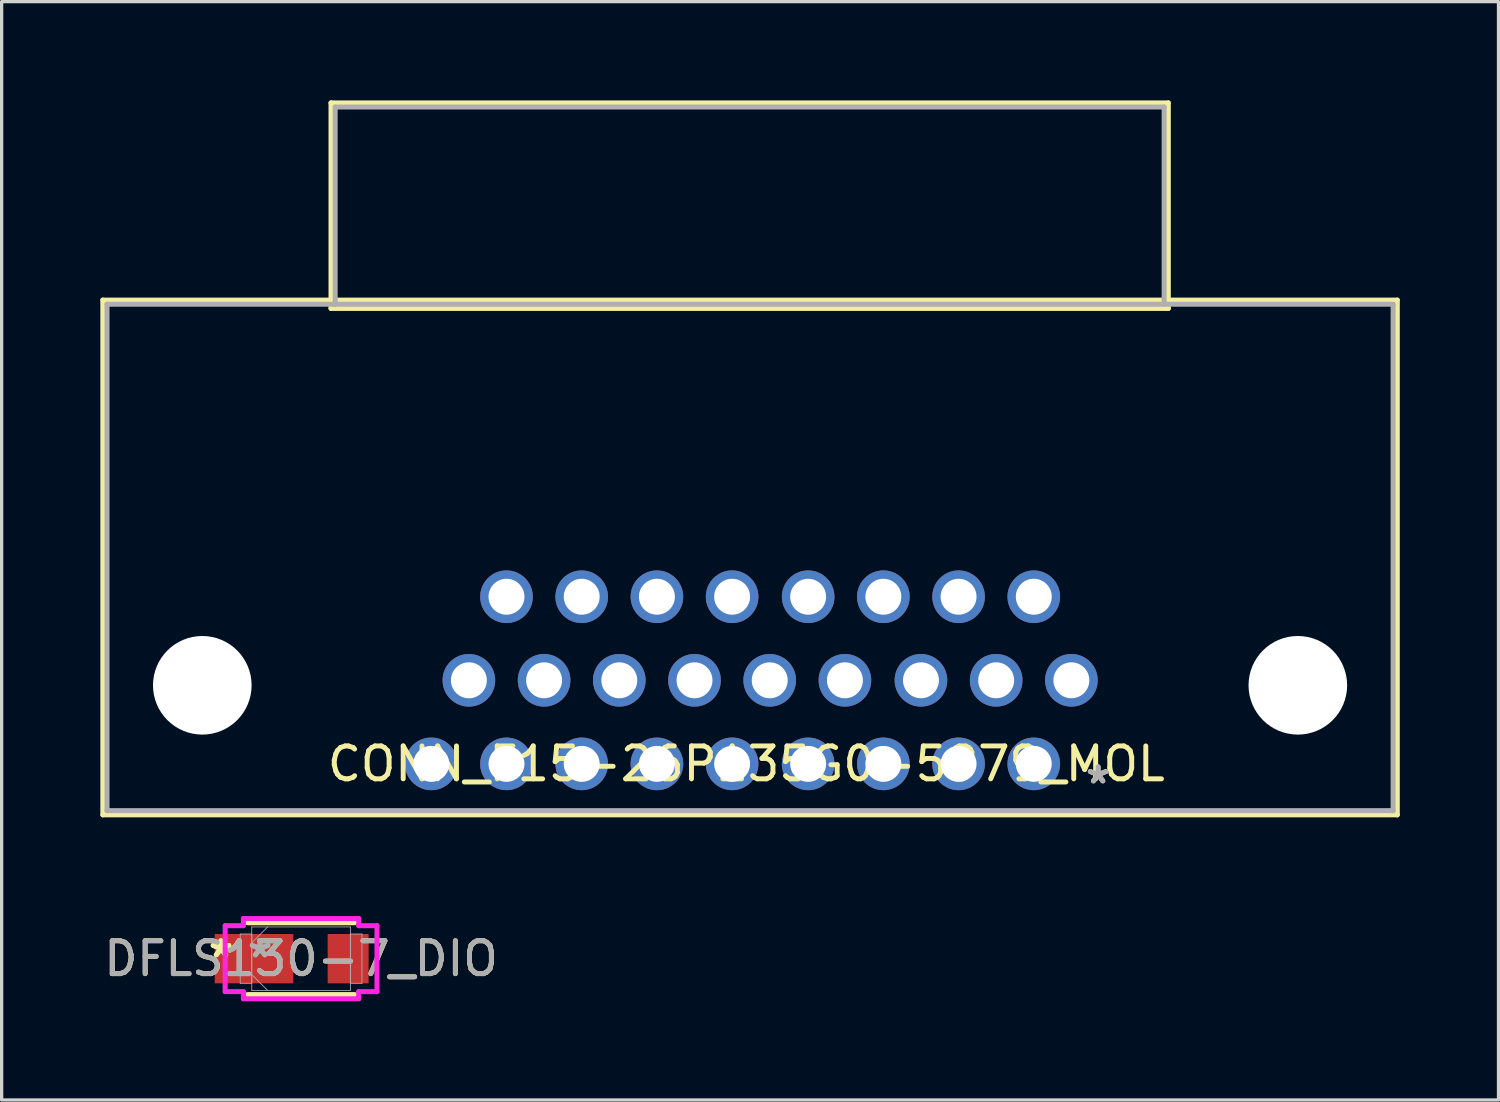
<source format=kicad_pcb>
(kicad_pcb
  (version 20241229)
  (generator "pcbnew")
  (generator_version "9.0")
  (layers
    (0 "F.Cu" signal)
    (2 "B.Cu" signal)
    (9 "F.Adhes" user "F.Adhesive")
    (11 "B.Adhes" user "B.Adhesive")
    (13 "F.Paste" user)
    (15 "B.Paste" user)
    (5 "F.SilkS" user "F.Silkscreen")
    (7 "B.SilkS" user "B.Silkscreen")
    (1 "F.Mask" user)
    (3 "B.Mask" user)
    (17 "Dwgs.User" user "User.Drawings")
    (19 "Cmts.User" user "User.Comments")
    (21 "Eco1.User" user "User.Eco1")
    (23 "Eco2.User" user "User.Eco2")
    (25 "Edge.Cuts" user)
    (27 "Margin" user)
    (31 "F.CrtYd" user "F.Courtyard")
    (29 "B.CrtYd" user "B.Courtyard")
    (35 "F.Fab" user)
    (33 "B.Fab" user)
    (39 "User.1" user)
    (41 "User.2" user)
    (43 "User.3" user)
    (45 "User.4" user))
  (footprint "DFLS130-7_DIO"
    (layer "F.Cu")
    (at 6.101 26.089)
    (property "Reference" "DFLS130-7_DIO" (at 0 0 0) (unlocked yes) (layer "F.SilkS") (effects (font (size 1 1) (thickness 0.15))))
    (attr smd)
    (fp_line (start -1.626 1.092) (end 1.626 1.092) (stroke (width 0.152) (type solid)) (layer "F.SilkS"))
    (fp_line (start 1.626 -1.092) (end -1.626 -1.092) (stroke (width 0.152) (type solid)) (layer "F.SilkS"))
    (fp_line (start -2.307 -1.003) (end -1.753 -1.003) (stroke (width 0.152) (type solid)) (layer "F.CrtYd"))
    (fp_line (start -2.307 1.003) (end -2.307 -1.003) (stroke (width 0.152) (type solid)) (layer "F.CrtYd"))
    (fp_line (start -1.753 -1.219) (end 1.753 -1.219) (stroke (width 0.152) (type solid)) (layer "F.CrtYd"))
    (fp_line (start -1.753 -1.003) (end -1.753 -1.219) (stroke (width 0.152) (type solid)) (layer "F.CrtYd"))
    (fp_line (start -1.753 1.003) (end -2.307 1.003) (stroke (width 0.152) (type solid)) (layer "F.CrtYd"))
    (fp_line (start -1.753 1.219) (end -1.753 1.003) (stroke (width 0.152) (type solid)) (layer "F.CrtYd"))
    (fp_line (start 1.753 -1.219) (end 1.753 -1.003) (stroke (width 0.152) (type solid)) (layer "F.CrtYd"))
    (fp_line (start 1.753 -1.003) (end 2.307 -1.003) (stroke (width 0.152) (type solid)) (layer "F.CrtYd"))
    (fp_line (start 1.753 1.003) (end 1.753 1.219) (stroke (width 0.152) (type solid)) (layer "F.CrtYd"))
    (fp_line (start 1.753 1.219) (end -1.753 1.219) (stroke (width 0.152) (type solid)) (layer "F.CrtYd"))
    (fp_line (start 2.307 -1.003) (end 2.307 1.003) (stroke (width 0.152) (type solid)) (layer "F.CrtYd"))
    (fp_line (start 2.307 1.003) (end 1.753 1.003) (stroke (width 0.152) (type solid)) (layer "F.CrtYd"))
    (fp_line (start -1.85 -0.749) (end -1.85 0.749) (stroke (width 0.025) (type solid)) (layer "F.Fab"))
    (fp_line (start -1.85 0.749) (end -1.499 0.749) (stroke (width 0.025) (type solid)) (layer "F.Fab"))
    (fp_line (start -1.499 -0.965) (end -1.499 0.965) (stroke (width 0.025) (type solid)) (layer "F.Fab"))
    (fp_line (start -1.499 -0.749) (end -1.85 -0.749) (stroke (width 0.025) (type solid)) (layer "F.Fab"))
    (fp_line (start -1.499 -0.483) (end -1.016 -0.965) (stroke (width 0.025) (type solid)) (layer "F.Fab"))
    (fp_line (start -1.499 0.483) (end -1.016 0.965) (stroke (width 0.025) (type solid)) (layer "F.Fab"))
    (fp_line (start -1.499 0.749) (end -1.499 -0.749) (stroke (width 0.025) (type solid)) (layer "F.Fab"))
    (fp_line (start -1.499 0.965) (end 1.499 0.965) (stroke (width 0.025) (type solid)) (layer "F.Fab"))
    (fp_line (start 1.499 -0.965) (end -1.499 -0.965) (stroke (width 0.025) (type solid)) (layer "F.Fab"))
    (fp_line (start 1.499 -0.749) (end 1.499 0.749) (stroke (width 0.025) (type solid)) (layer "F.Fab"))
    (fp_line (start 1.499 0.749) (end 1.85 0.749) (stroke (width 0.025) (type solid)) (layer "F.Fab"))
    (fp_line (start 1.499 0.965) (end 1.499 -0.965) (stroke (width 0.025) (type solid)) (layer "F.Fab"))
    (fp_line (start 1.85 -0.749) (end 1.499 -0.749) (stroke (width 0.025) (type solid)) (layer "F.Fab"))
    (fp_line (start 1.85 0.749) (end 1.85 -0.749) (stroke (width 0.025) (type solid)) (layer "F.Fab"))
    (fp_text user "*" (at -2.434 0 0) (layer "F.SilkS") (effects (font (size 1 1) (thickness 0.15))))
    (fp_text user "*" (at -2.434 0 0) (unlocked yes) (layer "F.SilkS") (effects (font (size 1 1) (thickness 0.15))))
    (fp_text user "${REFERENCE}" (at 0 0 0) (unlocked yes) (layer "F.Fab") (effects (font (size 1 1) (thickness 0.15))))
    (fp_text user "*" (at -1.245 0 0) (unlocked yes) (layer "F.Fab") (effects (font (size 1 1) (thickness 0.15))))
    (fp_text user "*" (at -1.245 0 0) (layer "F.Fab") (effects (font (size 1 1) (thickness 0.15))))
    (pad "1" smd rect (at -1.431 0) (size 2.388 1.499) (layers "F.Cu" "F.Mask" "F.Paste"))
    (pad "2" smd rect (at 1.431 0) (size 1.245 1.499) (layers "F.Cu" "F.Mask" "F.Paste"))
    (zone (net_name "") (layer "F.Cu") (hatch full 0.508) (connect_pads) (min_thickness 0.254) (filled_areas_thickness no) (keepout (tracks not_allowed) (vias not_allowed) (pads allowed) (copperpour not_allowed) (footprints allowed)) (placement (enabled no)) (fill) (polygon (pts (xy 5.343 25.174) (xy 6.859 25.174) (xy 6.859 27.003) (xy 5.343 27.003)))))
  (footprint "CONN_F15-26P135G0-5979_MOL"
    (layer "F.Cu")
    (at 28.372 20.168)
    (property "Reference" "CONN_F15-26P135G0-5979_MOL" (at -8.738 0 0) (layer "F.SilkS") (effects (font (size 1 1) (thickness 0.15))))
    (attr through_hole)
    (fp_line (start -28.296 -14.097) (end -28.296 1.549) (stroke (width 0.152) (type solid)) (layer "F.SilkS"))
    (fp_line (start -28.296 1.549) (end 11.049 1.549) (stroke (width 0.152) (type solid)) (layer "F.SilkS"))
    (fp_line (start -21.361 -20.091) (end -21.361 -13.843) (stroke (width 0.152) (type solid)) (layer "F.SilkS"))
    (fp_line (start -21.361 -13.843) (end 4.089 -13.843) (stroke (width 0.152) (type solid)) (layer "F.SilkS"))
    (fp_line (start 4.089 -20.091) (end -21.361 -20.091) (stroke (width 0.152) (type solid)) (layer "F.SilkS"))
    (fp_line (start 4.089 -13.843) (end 4.089 -20.091) (stroke (width 0.152) (type solid)) (layer "F.SilkS"))
    (fp_line (start 11.049 -14.097) (end -28.296 -14.097) (stroke (width 0.152) (type solid)) (layer "F.SilkS"))
    (fp_line (start 11.049 1.549) (end 11.049 -14.097) (stroke (width 0.152) (type solid)) (layer "F.SilkS"))
    (fp_line (start -28.169 -13.97) (end -28.169 1.422) (stroke (width 0.152) (type solid)) (layer "F.Fab"))
    (fp_line (start -28.169 -13.97) (end -21.234 -13.97) (stroke (width 0.152) (type solid)) (layer "F.Fab"))
    (fp_line (start -28.169 1.422) (end 10.922 1.422) (stroke (width 0.152) (type solid)) (layer "F.Fab"))
    (fp_line (start -21.234 -19.964) (end -21.234 -13.97) (stroke (width 0.152) (type solid)) (layer "F.Fab"))
    (fp_line (start -21.234 -13.97) (end 3.962 -13.97) (stroke (width 0.152) (type solid)) (layer "F.Fab"))
    (fp_line (start 3.962 -19.964) (end -21.234 -19.964) (stroke (width 0.152) (type solid)) (layer "F.Fab"))
    (fp_line (start 3.962 -13.97) (end 3.962 -19.964) (stroke (width 0.152) (type solid)) (layer "F.Fab"))
    (fp_line (start 10.922 -13.97) (end 3.962 -13.97) (stroke (width 0.152) (type solid)) (layer "F.Fab"))
    (fp_line (start 10.922 1.422) (end 10.922 -13.97) (stroke (width 0.152) (type solid)) (layer "F.Fab"))
    (fp_text user "*" (at 1.956 0.635 0) (layer "F.SilkS") (effects (font (size 1 1) (thickness 0.15))))
    (fp_text user "*" (at 1.956 0.635 0) (layer "F.Fab") (effects (font (size 1 1) (thickness 0.15))))
    (pad "" np_thru_hole circle (at -25.273 -2.388) (size 2.997 2.997) (drill 2.997) (layers "*.Cu" "*.Mask"))
    (pad "" np_thru_hole circle (at 8.026 -2.388) (size 2.997 2.997) (drill 2.997) (layers "*.Cu" "*.Mask"))
    (pad "1" thru_hole circle (at 0 0) (size 1.6 1.6) (drill 1.092) (layers "*.Cu" "*.Mask"))
    (pad "2" thru_hole circle (at -2.286 0) (size 1.6 1.6) (drill 1.092) (layers "*.Cu" "*.Mask"))
    (pad "3" thru_hole circle (at -4.572 0) (size 1.6 1.6) (drill 1.092) (layers "*.Cu" "*.Mask"))
    (pad "4" thru_hole circle (at -6.858 0) (size 1.6 1.6) (drill 1.092) (layers "*.Cu" "*.Mask"))
    (pad "5" thru_hole circle (at -9.169 0) (size 1.6 1.6) (drill 1.092) (layers "*.Cu" "*.Mask"))
    (pad "6" thru_hole circle (at -11.455 0) (size 1.6 1.6) (drill 1.092) (layers "*.Cu" "*.Mask"))
    (pad "7" thru_hole circle (at -13.741 0) (size 1.6 1.6) (drill 1.092) (layers "*.Cu" "*.Mask"))
    (pad "8" thru_hole circle (at -16.027 0) (size 1.6 1.6) (drill 1.092) (layers "*.Cu" "*.Mask"))
    (pad "9" thru_hole circle (at -18.313 0) (size 1.6 1.6) (drill 1.092) (layers "*.Cu" "*.Mask"))
    (pad "10" thru_hole circle (at 1.143 -2.54) (size 1.6 1.6) (drill 1.092) (layers "*.Cu" "*.Mask"))
    (pad "11" thru_hole circle (at -1.143 -2.54) (size 1.6 1.6) (drill 1.092) (layers "*.Cu" "*.Mask"))
    (pad "12" thru_hole circle (at -3.429 -2.54) (size 1.6 1.6) (drill 1.092) (layers "*.Cu" "*.Mask"))
    (pad "13" thru_hole circle (at -5.74 -2.54) (size 1.6 1.6) (drill 1.092) (layers "*.Cu" "*.Mask"))
    (pad "14" thru_hole circle (at -8.026 -2.54) (size 1.6 1.6) (drill 1.092) (layers "*.Cu" "*.Mask"))
    (pad "15" thru_hole circle (at -10.312 -2.54) (size 1.6 1.6) (drill 1.092) (layers "*.Cu" "*.Mask"))
    (pad "16" thru_hole circle (at -12.598 -2.54) (size 1.6 1.6) (drill 1.092) (layers "*.Cu" "*.Mask"))
    (pad "17" thru_hole circle (at -14.884 -2.54) (size 1.6 1.6) (drill 1.092) (layers "*.Cu" "*.Mask"))
    (pad "18" thru_hole circle (at -17.17 -2.54) (size 1.6 1.6) (drill 1.092) (layers "*.Cu" "*.Mask"))
    (pad "19" thru_hole circle (at 0 -5.08) (size 1.6 1.6) (drill 1.092) (layers "*.Cu" "*.Mask"))
    (pad "20" thru_hole circle (at -2.286 -5.08) (size 1.6 1.6) (drill 1.092) (layers "*.Cu" "*.Mask"))
    (pad "21" thru_hole circle (at -4.572 -5.08) (size 1.6 1.6) (drill 1.092) (layers "*.Cu" "*.Mask"))
    (pad "22" thru_hole circle (at -6.858 -5.08) (size 1.6 1.6) (drill 1.092) (layers "*.Cu" "*.Mask"))
    (pad "23" thru_hole circle (at -9.169 -5.08) (size 1.6 1.6) (drill 1.092) (layers "*.Cu" "*.Mask"))
    (pad "24" thru_hole circle (at -11.455 -5.08) (size 1.6 1.6) (drill 1.092) (layers "*.Cu" "*.Mask"))
    (pad "25" thru_hole circle (at -13.741 -5.08) (size 1.6 1.6) (drill 1.092) (layers "*.Cu" "*.Mask"))
    (pad "26" thru_hole circle (at -16.027 -5.08) (size 1.6 1.6) (drill 1.092) (layers "*.Cu" "*.Mask")))
  (gr_rect
    (start -3 -3)
    (end 42.497 30.384)
    (stroke (width 0.1) (type default))
    (fill no)
    (layer "Edge.Cuts")))
</source>
